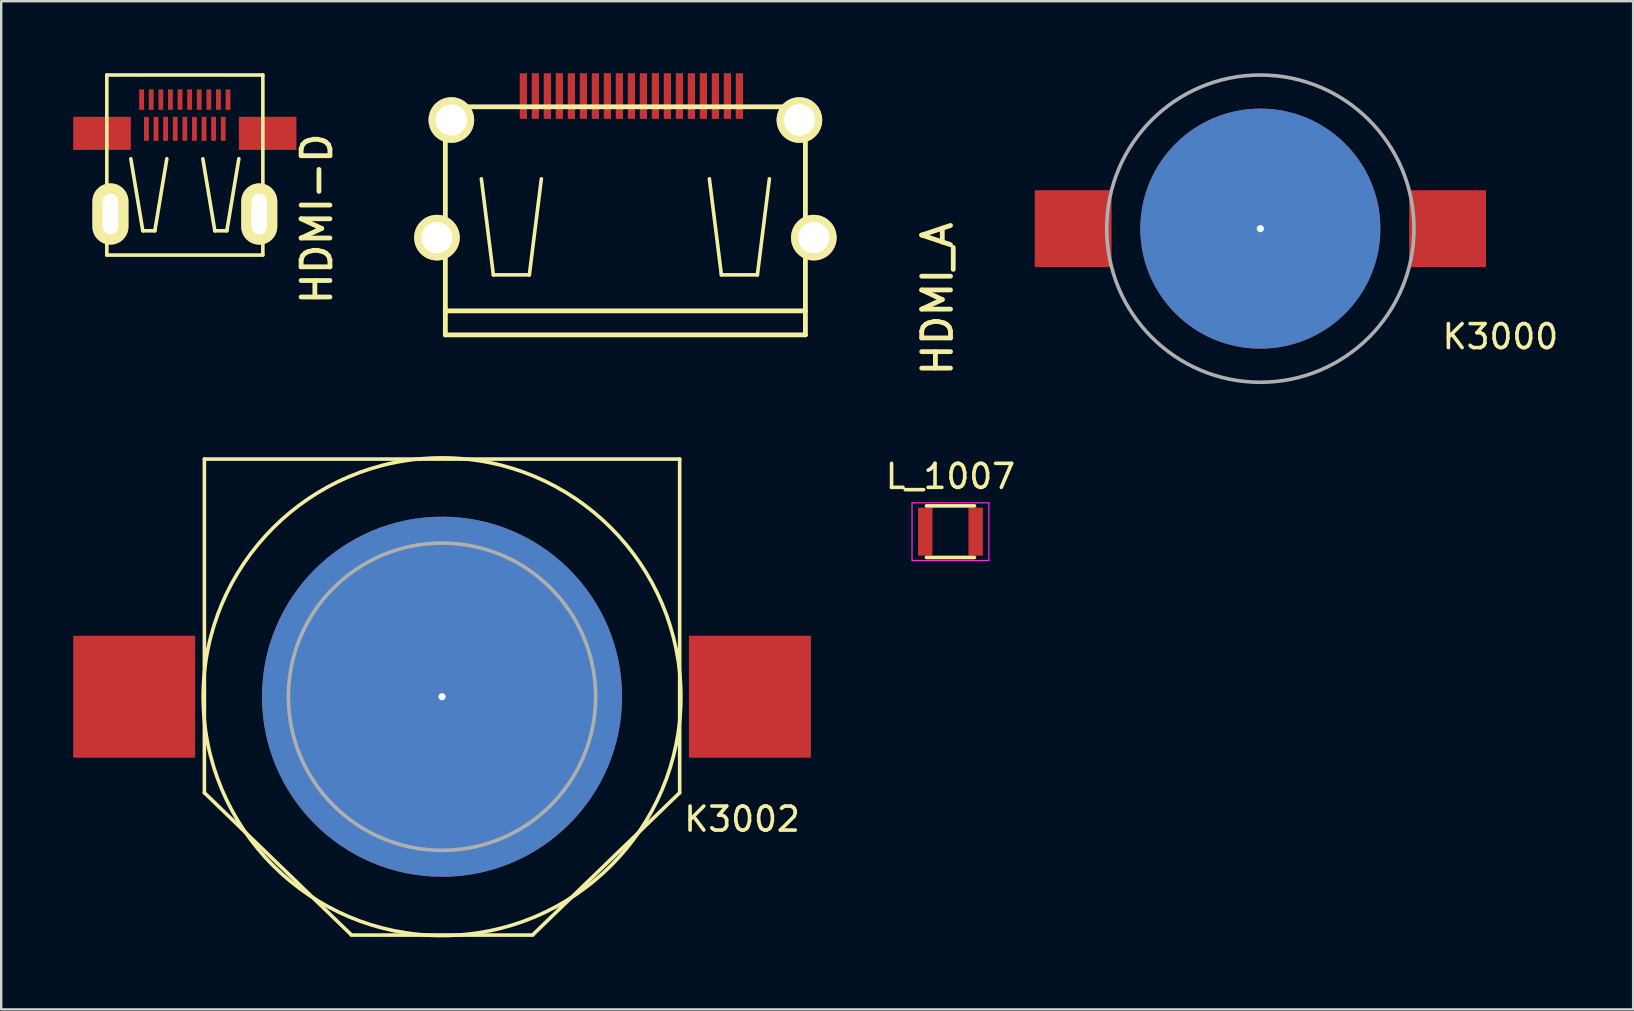
<source format=kicad_pcb>
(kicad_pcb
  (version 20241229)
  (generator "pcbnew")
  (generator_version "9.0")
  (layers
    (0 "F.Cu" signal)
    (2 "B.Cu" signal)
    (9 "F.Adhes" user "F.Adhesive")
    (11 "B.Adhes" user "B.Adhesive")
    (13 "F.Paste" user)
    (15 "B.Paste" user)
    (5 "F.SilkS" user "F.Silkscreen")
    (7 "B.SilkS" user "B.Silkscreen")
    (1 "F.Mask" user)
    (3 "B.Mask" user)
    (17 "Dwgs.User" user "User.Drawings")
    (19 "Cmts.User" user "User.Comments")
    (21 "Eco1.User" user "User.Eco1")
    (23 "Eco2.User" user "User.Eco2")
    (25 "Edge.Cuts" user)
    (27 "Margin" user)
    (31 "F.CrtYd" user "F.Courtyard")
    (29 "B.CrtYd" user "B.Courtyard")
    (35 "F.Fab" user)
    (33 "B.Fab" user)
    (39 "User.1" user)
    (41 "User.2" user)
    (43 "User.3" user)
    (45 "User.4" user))
  (footprint "K3000"
    (layer "F.Cu")
    (at 49.456 6.475)
    (property "Reference" "K3000" (at 10 4.5 0) (layer "F.SilkS") (effects (font (size 1 1) (thickness 0.15))))
    (attr through_hole)
    (fp_circle (center 0 0) (end 6.4 0) (stroke (width 0.15) (type solid)) (fill no) (layer "F.Fab"))
    (pad "1" smd rect (at -7.8 0) (size 3.2 3.2) (layers "F.Cu" "F.Mask" "F.Paste"))
    (pad "1" smd rect (at 7.8 0) (size 3.2 3.2) (layers "F.Cu" "F.Mask" "F.Paste"))
    (pad "2" thru_hole circle (at 0 0) (size 10 10) (drill 0.3) (layers "F.Cu" "F.Mask")))
  (footprint "HDMI-D"
    (layer "F.Cu")
    (at 4.65 1.815)
    (property "Reference" "HDMI-D" (at 5.5 4.25 90) (layer "F.SilkS") (effects (font (size 1.2 1.2) (thickness 0.2))))
    (attr through_hole)
    (fp_line (start -3.25 -1.74) (end 3.25 -1.74) (stroke (width 0.15) (type solid)) (layer "F.SilkS"))
    (fp_line (start -3.25 5.76) (end -3.25 -1.74) (stroke (width 0.15) (type solid)) (layer "F.SilkS"))
    (fp_line (start -2.25 1.75) (end -1.75 4.75) (stroke (width 0.15) (type solid)) (layer "F.SilkS"))
    (fp_line (start -1.75 4.75) (end -1.25 4.75) (stroke (width 0.15) (type solid)) (layer "F.SilkS"))
    (fp_line (start -1.25 4.75) (end -0.75 1.75) (stroke (width 0.15) (type solid)) (layer "F.SilkS"))
    (fp_line (start 1.25 4.75) (end 0.75 1.75) (stroke (width 0.15) (type solid)) (layer "F.SilkS"))
    (fp_line (start 1.75 4.75) (end 1.25 4.75) (stroke (width 0.15) (type solid)) (layer "F.SilkS"))
    (fp_line (start 2.25 1.75) (end 1.75 4.75) (stroke (width 0.15) (type solid)) (layer "F.SilkS"))
    (fp_line (start 3.25 -1.74) (end 3.25 5.76) (stroke (width 0.15) (type solid)) (layer "F.SilkS"))
    (fp_line (start 3.25 5.76) (end -3.25 5.76) (stroke (width 0.15) (type solid)) (layer "F.SilkS"))
    (pad "1" smd rect (at 1.8 -0.715 270) (size 0.85 0.2) (layers "F.Cu" "F.Mask" "F.Paste"))
    (pad "2" smd rect (at 1.6 0.5 270) (size 1 0.2) (layers "F.Cu" "F.Mask" "F.Paste"))
    (pad "3" smd rect (at 1.4 -0.715 270) (size 0.85 0.2) (layers "F.Cu" "F.Mask" "F.Paste"))
    (pad "4" smd rect (at 1.2 0.5 270) (size 1 0.2) (layers "F.Cu" "F.Mask" "F.Paste"))
    (pad "5" smd rect (at 1 -0.715 270) (size 0.85 0.2) (layers "F.Cu" "F.Mask" "F.Paste"))
    (pad "6" smd rect (at 0.8 0.5 270) (size 1 0.2) (layers "F.Cu" "F.Mask" "F.Paste"))
    (pad "7" smd rect (at 0.6 -0.715 270) (size 0.85 0.2) (layers "F.Cu" "F.Mask" "F.Paste"))
    (pad "8" smd rect (at 0.4 0.5 270) (size 1 0.2) (layers "F.Cu" "F.Mask" "F.Paste"))
    (pad "9" smd rect (at 0.2 -0.715 270) (size 0.85 0.2) (layers "F.Cu" "F.Mask" "F.Paste"))
    (pad "10" smd rect (at 0.000419 0.5 270) (size 1 0.2) (layers "F.Cu" "F.Mask" "F.Paste"))
    (pad "11" smd rect (at -0.2 -0.715 270) (size 0.85 0.2) (layers "F.Cu" "F.Mask" "F.Paste"))
    (pad "12" smd rect (at -0.4 0.5 270) (size 1 0.2) (layers "F.Cu" "F.Mask" "F.Paste"))
    (pad "13" smd rect (at -0.6 -0.715 270) (size 0.85 0.2) (layers "F.Cu" "F.Mask" "F.Paste"))
    (pad "14" smd rect (at -0.8 0.5 270) (size 1 0.2) (layers "F.Cu" "F.Mask" "F.Paste"))
    (pad "15" smd rect (at -1 -0.715 270) (size 0.85 0.2) (layers "F.Cu" "F.Mask" "F.Paste"))
    (pad "16" smd rect (at -1.2 0.5 270) (size 1 0.2) (layers "F.Cu" "F.Mask" "F.Paste"))
    (pad "17" smd rect (at -1.4 -0.715 270) (size 0.85 0.2) (layers "F.Cu" "F.Mask" "F.Paste"))
    (pad "18" smd rect (at -1.6 0.5 270) (size 1 0.2) (layers "F.Cu" "F.Mask" "F.Paste"))
    (pad "19" smd rect (at -1.8 -0.715 270) (size 0.85 0.2) (layers "F.Cu" "F.Mask" "F.Paste"))
    (pad "20" smd rect (at -3.45 0.69) (size 2.4 1.38) (layers "F.Cu" "F.Mask" "F.Paste"))
    (pad "20" thru_hole oval (at -3.1 4.05) (size 1.5 2.55) (drill oval 0.65 1.7) (layers "*.Cu" "*.Mask" "F.SilkS"))
    (pad "20" thru_hole oval (at 3.1 4.05) (size 1.5 2.55) (drill oval 0.65 1.7) (layers "*.Cu" "*.Mask" "F.SilkS"))
    (pad "20" smd rect (at 3.45 0.69) (size 2.4 1.38) (layers "F.Cu" "F.Mask" "F.Paste")))
  (footprint "HDMI_A"
    (layer "F.Cu")
    (at 23.003 1.9)
    (property "Reference" "HDMI_A" (at 13 7.5 270) (layer "F.SilkS") (effects (font (size 1.2 1.2) (thickness 0.2))))
    (attr through_hole)
    (fp_line (start -7.5 -0.5) (end -7.5 9) (stroke (width 0.2) (type solid)) (layer "F.SilkS"))
    (fp_line (start -7.5 8) (end 7.5 8) (stroke (width 0.2) (type solid)) (layer "F.SilkS"))
    (fp_line (start -7.5 9) (end 7.5 9) (stroke (width 0.2) (type solid)) (layer "F.SilkS"))
    (fp_line (start -6 2.5) (end -5.5 6.5) (stroke (width 0.15) (type solid)) (layer "F.SilkS"))
    (fp_line (start -5.5 6.5) (end -4 6.5) (stroke (width 0.15) (type solid)) (layer "F.SilkS"))
    (fp_line (start -4 6.5) (end -3.5 2.5) (stroke (width 0.15) (type solid)) (layer "F.SilkS"))
    (fp_line (start 4 6.5) (end 3.5 2.5) (stroke (width 0.15) (type solid)) (layer "F.SilkS"))
    (fp_line (start 5.5 6.5) (end 4 6.5) (stroke (width 0.15) (type solid)) (layer "F.SilkS"))
    (fp_line (start 6 2.5) (end 5.5 6.5) (stroke (width 0.15) (type solid)) (layer "F.SilkS"))
    (fp_line (start 7.5 -0.5) (end -7.5 -0.5) (stroke (width 0.2) (type solid)) (layer "F.SilkS"))
    (fp_line (start 7.5 -0.5) (end 7.5 9) (stroke (width 0.2) (type solid)) (layer "F.SilkS"))
    (pad "1" smd rect (at 4.75 -0.95 270) (size 1.9 0.3) (layers "F.Cu" "F.Mask" "F.Paste"))
    (pad "2" smd rect (at 4.25 -0.95 270) (size 1.9 0.3) (layers "F.Cu" "F.Mask" "F.Paste"))
    (pad "3" smd rect (at 3.75 -0.95 270) (size 1.9 0.3) (layers "F.Cu" "F.Mask" "F.Paste"))
    (pad "4" smd rect (at 3.25 -0.95 270) (size 1.9 0.3) (layers "F.Cu" "F.Mask" "F.Paste"))
    (pad "5" smd rect (at 2.75 -0.95 270) (size 1.9 0.3) (layers "F.Cu" "F.Mask" "F.Paste"))
    (pad "6" smd rect (at 2.25 -0.95 270) (size 1.9 0.3) (layers "F.Cu" "F.Mask" "F.Paste"))
    (pad "7" smd rect (at 1.75 -0.95 270) (size 1.9 0.3) (layers "F.Cu" "F.Mask" "F.Paste"))
    (pad "8" smd rect (at 1.25 -0.95 270) (size 1.9 0.3) (layers "F.Cu" "F.Mask" "F.Paste"))
    (pad "9" smd rect (at 0.75 -0.95 270) (size 1.9 0.3) (layers "F.Cu" "F.Mask" "F.Paste"))
    (pad "10" smd rect (at 0.25 -0.95 270) (size 1.9 0.3) (layers "F.Cu" "F.Mask" "F.Paste"))
    (pad "11" smd rect (at -0.25 -0.95 270) (size 1.9 0.3) (layers "F.Cu" "F.Mask" "F.Paste"))
    (pad "12" smd rect (at -0.75 -0.95 270) (size 1.9 0.3) (layers "F.Cu" "F.Mask" "F.Paste"))
    (pad "13" smd rect (at -1.25 -0.95 270) (size 1.9 0.3) (layers "F.Cu" "F.Mask" "F.Paste"))
    (pad "14" smd rect (at -1.75 -0.95 270) (size 1.9 0.3) (layers "F.Cu" "F.Mask" "F.Paste"))
    (pad "15" smd rect (at -2.25 -0.95 270) (size 1.9 0.3) (layers "F.Cu" "F.Mask" "F.Paste"))
    (pad "16" smd rect (at -2.75 -0.95 270) (size 1.9 0.3) (layers "F.Cu" "F.Mask" "F.Paste"))
    (pad "17" smd rect (at -3.25 -0.95 270) (size 1.9 0.3) (layers "F.Cu" "F.Mask" "F.Paste"))
    (pad "18" smd rect (at -3.75 -0.95 270) (size 1.9 0.3) (layers "F.Cu" "F.Mask" "F.Paste"))
    (pad "19" smd rect (at -4.25 -0.95 270) (size 1.9 0.3) (layers "F.Cu" "F.Mask" "F.Paste"))
    (pad "20" thru_hole circle (at -7.85 4.95 270) (size 1.9 1.9) (drill 1.3) (layers "*.Cu" "*.Mask" "F.SilkS"))
    (pad "20" thru_hole circle (at -7.25 0.05 270) (size 1.9 1.9) (drill 1.3) (layers "*.Cu" "*.Mask" "F.SilkS"))
    (pad "20" thru_hole circle (at 7.25 0.05 270) (size 1.9 1.9) (drill 1.3) (layers "*.Cu" "*.Mask" "F.SilkS"))
    (pad "20" thru_hole circle (at 7.85 4.95 270) (size 1.9 1.9) (drill 1.3) (layers "*.Cu" "*.Mask" "F.SilkS")))
  (footprint "L_1007"
    (layer "F.Cu")
    (at 36.545 19.098)
    (property "Reference" "L_1007" (at 0 -2.3 0) (layer "F.SilkS") (effects (font (size 1 1) (thickness 0.15))))
    (attr smd)
    (fp_line (start -1 -1.075) (end 1 -1.075) (stroke (width 0.15) (type solid)) (layer "F.SilkS"))
    (fp_line (start 1 1.075) (end -1 1.075) (stroke (width 0.15) (type solid)) (layer "F.SilkS"))
    (fp_line (start -1.6 -1.2) (end -1.6 1.2) (stroke (width 0.05) (type solid)) (layer "F.CrtYd"))
    (fp_line (start -1.6 -1.2) (end 1.6 -1.2) (stroke (width 0.05) (type solid)) (layer "F.CrtYd"))
    (fp_line (start -1.6 1.2) (end 1.6 1.2) (stroke (width 0.05) (type solid)) (layer "F.CrtYd"))
    (fp_line (start 1.6 -1.2) (end 1.6 1.2) (stroke (width 0.05) (type solid)) (layer "F.CrtYd"))
    (pad "1" smd rect (at -1.05 0) (size 0.6 2) (layers "F.Cu" "F.Mask" "F.Paste"))
    (pad "2" smd rect (at 1.05 0) (size 0.6 2) (layers "F.Cu" "F.Mask" "F.Paste")))
  (footprint "K3002"
    (layer "F.Cu")
    (at 15.365 25.975)
    (property "Reference" "K3002" (at 12.5 5.1 0) (layer "F.SilkS") (effects (font (size 1 1) (thickness 0.15))))
    (attr through_hole)
    (fp_line (start -9.9 -9.9) (end -9.9 4) (stroke (width 0.15) (type solid)) (layer "F.SilkS"))
    (fp_line (start -9.9 -9.9) (end 9.9 -9.9) (stroke (width 0.15) (type solid)) (layer "F.SilkS"))
    (fp_line (start -3.8 9.9) (end -9.9 4) (stroke (width 0.15) (type solid)) (layer "F.SilkS"))
    (fp_line (start -3.785 9.93) (end 3.785 9.93) (stroke (width 0.15) (type solid)) (layer "F.SilkS"))
    (fp_line (start 3.8 9.9) (end 9.9 4) (stroke (width 0.15) (type solid)) (layer "F.SilkS"))
    (fp_line (start 9.9 -9.9) (end 9.9 4) (stroke (width 0.15) (type solid)) (layer "F.SilkS"))
    (fp_circle (center 0 0) (end 9.9 1) (stroke (width 0.15) (type solid)) (fill no) (layer "F.SilkS"))
    (fp_circle (center 0 0) (end 6.4 0) (stroke (width 0.15) (type solid)) (fill no) (layer "F.Fab"))
    (pad "1" smd rect (at -12.825 0) (size 5.08 5.08) (layers "F.Cu" "F.Mask" "F.Paste"))
    (pad "1" smd rect (at 12.825 0) (size 5.08 5.08) (layers "F.Cu" "F.Mask" "F.Paste"))
    (pad "2" thru_hole circle (at 0 0) (size 15 15) (drill 0.3) (layers "F.Cu" "F.Mask")))
  (gr_rect
    (start -3 -3)
    (end 64.986 39.001)
    (stroke (width 0.1) (type default))
    (fill no)
    (layer "Edge.Cuts")))
</source>
